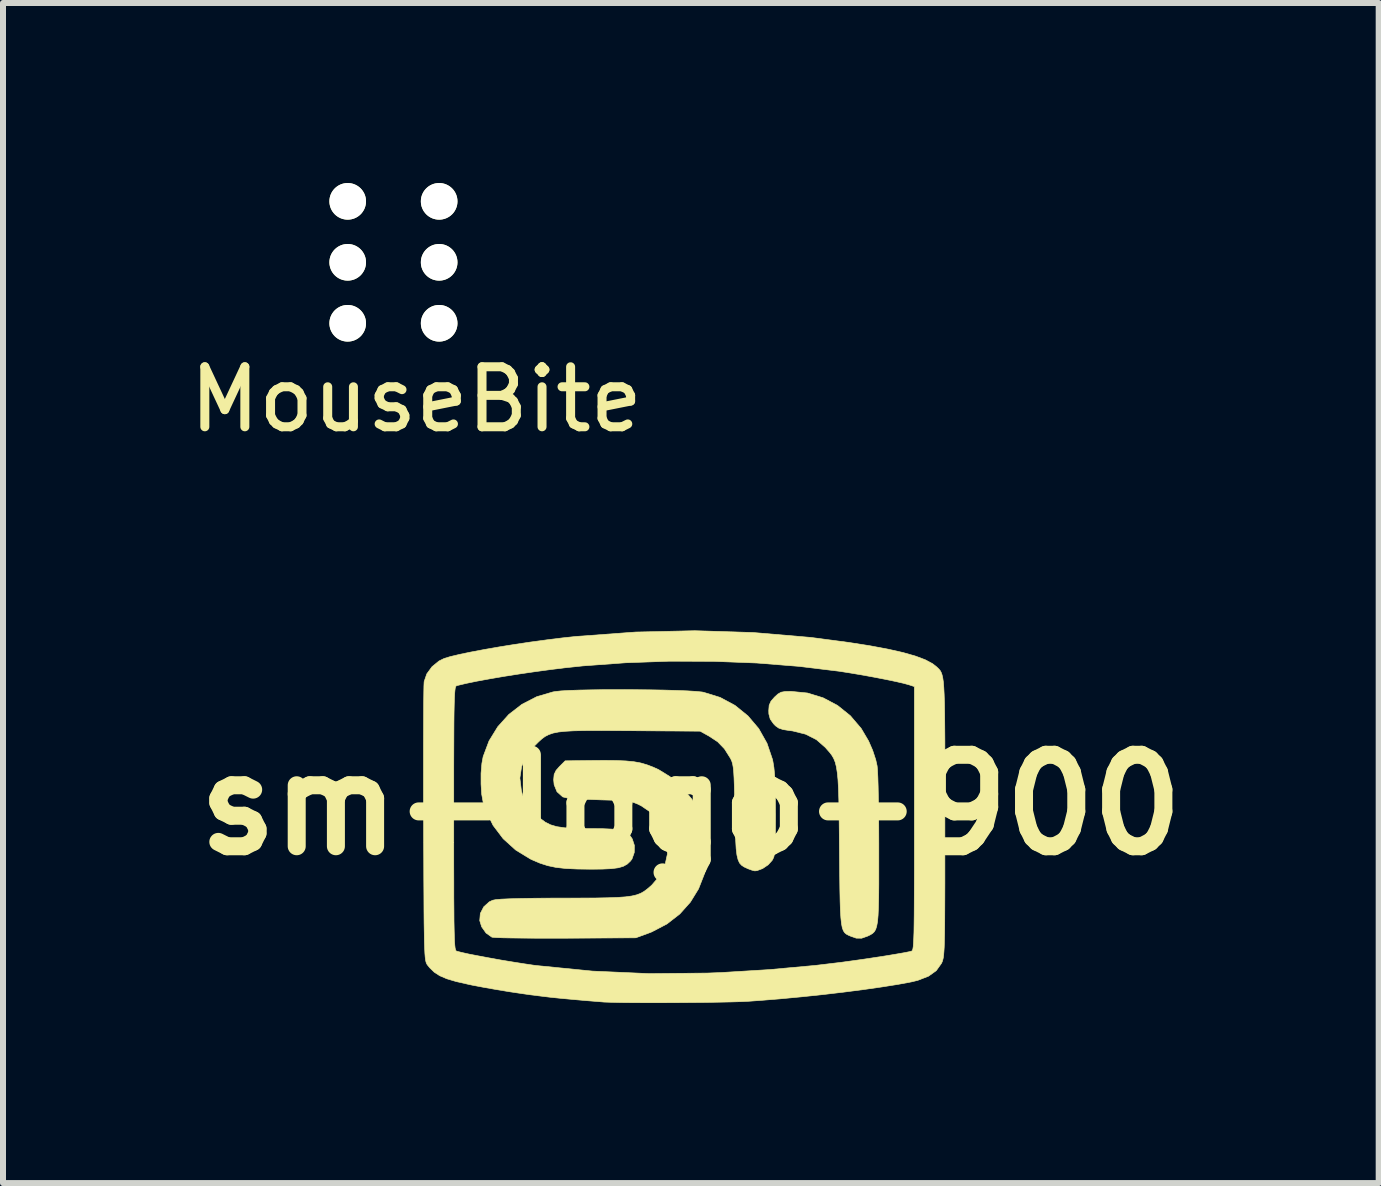
<source format=kicad_pcb>
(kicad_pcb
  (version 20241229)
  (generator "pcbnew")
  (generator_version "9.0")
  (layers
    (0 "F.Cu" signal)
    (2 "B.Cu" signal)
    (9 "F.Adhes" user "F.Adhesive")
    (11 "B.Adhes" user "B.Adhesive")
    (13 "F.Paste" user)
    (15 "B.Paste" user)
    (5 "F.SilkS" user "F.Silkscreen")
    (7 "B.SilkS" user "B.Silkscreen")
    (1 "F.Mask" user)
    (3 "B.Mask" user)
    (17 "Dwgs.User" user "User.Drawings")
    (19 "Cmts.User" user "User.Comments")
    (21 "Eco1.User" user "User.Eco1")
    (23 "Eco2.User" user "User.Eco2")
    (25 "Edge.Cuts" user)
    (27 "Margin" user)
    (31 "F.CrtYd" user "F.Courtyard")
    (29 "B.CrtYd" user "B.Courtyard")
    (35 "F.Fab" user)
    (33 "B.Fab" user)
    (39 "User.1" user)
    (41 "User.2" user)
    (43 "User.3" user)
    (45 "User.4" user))
  (footprint "sm-logo-900"
    (layer "F.Cu")
    (at 8.462 10.362)
    (property "Reference" "sm-logo-900" (at 0 0 0) (layer "F.SilkS") (effects (font (size 1.524 1.524) (thickness 0.3))))
    (attr through_hole)
    (fp_poly (pts (xy 1.944 -1.864) (xy 2.204 -1.784) (xy 2.444 -1.657) (xy 2.657 -1.486) (xy 2.838 -1.274) (xy 2.962 -1.064) (xy 3.03 -0.907) (xy 3.081 -0.752) (xy 3.104 -0.649) (xy 3.11 -0.581) (xy 3.116 -0.463) (xy 3.121 -0.302) (xy 3.125 -0.105) (xy 3.129 0.122) (xy 3.131 0.371) (xy 3.132 0.637) (xy 3.132 0.758) (xy 3.132 1.067) (xy 3.132 1.325) (xy 3.13 1.537) (xy 3.126 1.707) (xy 3.12 1.841) (xy 3.111 1.944) (xy 3.097 2.02) (xy 3.08 2.075) (xy 3.057 2.114) (xy 3.028 2.142) (xy 2.993 2.164) (xy 2.95 2.185) (xy 2.946 2.187) (xy 2.846 2.222) (xy 2.756 2.221) (xy 2.662 2.188) (xy 2.623 2.171) (xy 2.59 2.153) (xy 2.563 2.13) (xy 2.541 2.096) (xy 2.523 2.046) (xy 2.51 1.977) (xy 2.5 1.882) (xy 2.492 1.757) (xy 2.487 1.598) (xy 2.483 1.398) (xy 2.48 1.154) (xy 2.477 0.859) (xy 2.476 0.734) (xy 2.473 0.412) (xy 2.47 0.141) (xy 2.466 -0.085) (xy 2.46 -0.269) (xy 2.452 -0.419) (xy 2.44 -0.538) (xy 2.425 -0.634) (xy 2.406 -0.71) (xy 2.381 -0.772) (xy 2.35 -0.826) (xy 2.312 -0.876) (xy 2.266 -0.928) (xy 2.242 -0.956) (xy 2.092 -1.087) (xy 1.912 -1.178) (xy 1.695 -1.232) (xy 1.645 -1.238) (xy 1.537 -1.255) (xy 1.465 -1.279) (xy 1.411 -1.317) (xy 1.378 -1.351) (xy 1.323 -1.429) (xy 1.3 -1.514) (xy 1.298 -1.57) (xy 1.305 -1.66) (xy 1.335 -1.727) (xy 1.394 -1.795) (xy 1.452 -1.848) (xy 1.504 -1.877) (xy 1.571 -1.889) (xy 1.67 -1.891) (xy 1.944 -1.864)) (stroke (width 0.01) (type solid)) (fill yes) (layer "F.SilkS"))
    (fp_poly (pts (xy -1.243 -0.739) (xy -1.082 -0.732) (xy -0.949 -0.719) (xy -0.835 -0.698) (xy -0.732 -0.668) (xy -0.629 -0.629) (xy -0.537 -0.587) (xy -0.35 -0.472) (xy -0.166 -0.313) (xy 0.019 -0.092) (xy 0.153 0.146) (xy 0.24 0.397) (xy 0.279 0.654) (xy 0.273 0.91) (xy 0.222 1.161) (xy 0.128 1.4) (xy -0.008 1.621) (xy -0.184 1.818) (xy -0.399 1.985) (xy -0.652 2.117) (xy -0.714 2.141) (xy -0.917 2.215) (xy -2.088 2.222) (xy -2.342 2.222) (xy -2.579 2.222) (xy -2.794 2.22) (xy -2.981 2.218) (xy -3.132 2.215) (xy -3.242 2.211) (xy -3.305 2.206) (xy -3.316 2.204) (xy -3.413 2.135) (xy -3.486 2.032) (xy -3.518 1.929) (xy -3.508 1.809) (xy -3.451 1.699) (xy -3.359 1.616) (xy -3.301 1.589) (xy -3.25 1.579) (xy -3.157 1.571) (xy -3.02 1.565) (xy -2.837 1.56) (xy -2.604 1.556) (xy -2.318 1.554) (xy -2.129 1.554) (xy -1.832 1.553) (xy -1.585 1.552) (xy -1.383 1.548) (xy -1.22 1.542) (xy -1.09 1.533) (xy -0.987 1.519) (xy -0.905 1.5) (xy -0.838 1.475) (xy -0.781 1.443) (xy -0.727 1.403) (xy -0.67 1.354) (xy -0.653 1.339) (xy -0.519 1.184) (xy -0.432 1.008) (xy -0.391 0.821) (xy -0.395 0.63) (xy -0.441 0.446) (xy -0.53 0.276) (xy -0.66 0.129) (xy -0.83 0.014) (xy -0.84 0.009) (xy -0.899 -0.019) (xy -0.953 -0.04) (xy -1.011 -0.055) (xy -1.084 -0.065) (xy -1.182 -0.073) (xy -1.314 -0.078) (xy -1.49 -0.083) (xy -1.538 -0.085) (xy -1.768 -0.093) (xy -1.945 -0.103) (xy -2.066 -0.116) (xy -2.132 -0.132) (xy -2.136 -0.134) (xy -2.23 -0.218) (xy -2.278 -0.335) (xy -2.286 -0.418) (xy -2.278 -0.507) (xy -2.246 -0.574) (xy -2.19 -0.638) (xy -2.094 -0.734) (xy -1.689 -0.739) (xy -1.443 -0.741) (xy -1.243 -0.739)) (stroke (width 0.01) (type solid)) (fill yes) (layer "F.SilkS"))
    (fp_poly (pts (xy -0.93 -1.919) (xy -0.687 -1.917) (xy -0.457 -1.913) (xy -0.246 -1.907) (xy -0.063 -1.9) (xy 0.083 -1.891) (xy 0.185 -1.881) (xy 0.212 -1.876) (xy 0.487 -1.791) (xy 0.735 -1.658) (xy 0.951 -1.483) (xy 1.131 -1.271) (xy 1.269 -1.026) (xy 1.361 -0.755) (xy 1.368 -0.72) (xy 1.384 -0.623) (xy 1.396 -0.496) (xy 1.404 -0.332) (xy 1.409 -0.126) (xy 1.41 0.13) (xy 1.411 0.155) (xy 1.41 0.37) (xy 1.409 0.536) (xy 1.407 0.66) (xy 1.402 0.751) (xy 1.394 0.816) (xy 1.384 0.863) (xy 1.369 0.899) (xy 1.354 0.926) (xy 1.288 0.999) (xy 1.196 1.061) (xy 1.103 1.096) (xy 1.066 1.1) (xy 1.017 1.088) (xy 0.946 1.062) (xy 0.941 1.059) (xy 0.887 1.034) (xy 0.845 1.006) (xy 0.811 0.968) (xy 0.787 0.914) (xy 0.768 0.837) (xy 0.755 0.732) (xy 0.747 0.591) (xy 0.74 0.409) (xy 0.735 0.179) (xy 0.734 0.1) (xy 0.729 -0.129) (xy 0.725 -0.309) (xy 0.72 -0.447) (xy 0.714 -0.55) (xy 0.706 -0.626) (xy 0.696 -0.682) (xy 0.683 -0.726) (xy 0.666 -0.764) (xy 0.658 -0.779) (xy 0.56 -0.934) (xy 0.447 -1.051) (xy 0.306 -1.144) (xy 0.155 -1.228) (xy -0.998 -1.236) (xy -1.308 -1.238) (xy -1.567 -1.239) (xy -1.781 -1.238) (xy -1.955 -1.234) (xy -2.095 -1.226) (xy -2.207 -1.214) (xy -2.296 -1.196) (xy -2.368 -1.171) (xy -2.429 -1.14) (xy -2.483 -1.1) (xy -2.537 -1.051) (xy -2.596 -0.992) (xy -2.601 -0.988) (xy -2.738 -0.819) (xy -2.82 -0.64) (xy -2.849 -0.447) (xy -2.824 -0.238) (xy -2.806 -0.17) (xy -2.766 -0.068) (xy -2.705 0.026) (xy -2.611 0.131) (xy -2.599 0.143) (xy -2.511 0.225) (xy -2.428 0.287) (xy -2.339 0.332) (xy -2.234 0.363) (xy -2.104 0.382) (xy -1.94 0.392) (xy -1.731 0.395) (xy -1.671 0.395) (xy -1.468 0.397) (xy -1.313 0.404) (xy -1.198 0.418) (xy -1.114 0.441) (xy -1.053 0.475) (xy -1.006 0.522) (xy -0.976 0.568) (xy -0.941 0.675) (xy -0.943 0.794) (xy -0.981 0.902) (xy -1.007 0.937) (xy -1.06 0.987) (xy -1.124 1.023) (xy -1.208 1.048) (xy -1.322 1.063) (xy -1.475 1.07) (xy -1.657 1.072) (xy -1.894 1.069) (xy -2.087 1.06) (xy -2.247 1.042) (xy -2.385 1.013) (xy -2.513 0.972) (xy -2.644 0.916) (xy -2.677 0.9) (xy -2.919 0.752) (xy -3.127 0.564) (xy -3.295 0.342) (xy -3.418 0.094) (xy -3.46 -0.039) (xy -3.485 -0.176) (xy -3.496 -0.346) (xy -3.496 -0.525) (xy -3.482 -0.691) (xy -3.461 -0.804) (xy -3.363 -1.065) (xy -3.218 -1.301) (xy -3.033 -1.507) (xy -2.814 -1.676) (xy -2.567 -1.803) (xy -2.298 -1.882) (xy -2.256 -1.889) (xy -2.164 -1.899) (xy -2.026 -1.907) (xy -1.85 -1.913) (xy -1.644 -1.917) (xy -1.416 -1.92) (xy -1.175 -1.92) (xy -0.93 -1.919)) (stroke (width 0.01) (type solid)) (fill yes) (layer "F.SilkS"))
    (fp_poly (pts (xy 1.038 -2.872) (xy 2.001 -2.79) (xy 2.623 -2.708) (xy 2.981 -2.652) (xy 3.285 -2.595) (xy 3.538 -2.538) (xy 3.744 -2.479) (xy 3.906 -2.418) (xy 4.026 -2.354) (xy 4.088 -2.306) (xy 4.114 -2.282) (xy 4.136 -2.26) (xy 4.156 -2.236) (xy 4.172 -2.206) (xy 4.186 -2.167) (xy 4.198 -2.114) (xy 4.208 -2.045) (xy 4.215 -1.954) (xy 4.221 -1.84) (xy 4.226 -1.697) (xy 4.229 -1.522) (xy 4.231 -1.311) (xy 4.233 -1.061) (xy 4.233 -0.768) (xy 4.233 -0.429) (xy 4.233 -0.038) (xy 4.233 0.215) (xy 4.233 0.63) (xy 4.233 0.992) (xy 4.233 1.305) (xy 4.232 1.573) (xy 4.231 1.799) (xy 4.23 1.989) (xy 4.228 2.144) (xy 4.225 2.27) (xy 4.222 2.37) (xy 4.217 2.447) (xy 4.212 2.506) (xy 4.206 2.55) (xy 4.198 2.583) (xy 4.19 2.61) (xy 4.18 2.633) (xy 4.174 2.644) (xy 4.089 2.763) (xy 3.96 2.855) (xy 3.782 2.924) (xy 3.679 2.949) (xy 3.454 2.991) (xy 3.183 3.034) (xy 2.876 3.078) (xy 2.543 3.121) (xy 2.194 3.162) (xy 1.84 3.199) (xy 1.491 3.232) (xy 1.157 3.259) (xy 0.96 3.273) (xy 0.835 3.279) (xy 0.667 3.284) (xy 0.465 3.288) (xy 0.239 3.292) (xy -0.005 3.294) (xy -0.257 3.296) (xy -0.508 3.297) (xy -0.749 3.297) (xy -0.973 3.296) (xy -1.169 3.294) (xy -1.331 3.29) (xy -1.448 3.286) (xy -1.482 3.283) (xy -1.754 3.261) (xy -1.981 3.241) (xy -2.175 3.223) (xy -2.349 3.205) (xy -2.513 3.185) (xy -2.68 3.164) (xy -2.82 3.144) (xy -3.021 3.114) (xy -3.239 3.078) (xy -3.454 3.04) (xy -3.644 3.004) (xy -3.709 2.99) (xy -3.911 2.944) (xy -4.066 2.898) (xy -4.185 2.847) (xy -4.276 2.788) (xy -4.351 2.715) (xy -4.386 2.672) (xy -4.397 2.657) (xy -4.406 2.639) (xy -4.414 2.616) (xy -4.421 2.583) (xy -4.427 2.536) (xy -4.432 2.472) (xy -4.436 2.387) (xy -4.44 2.277) (xy -4.442 2.139) (xy -4.445 1.968) (xy -4.447 1.761) (xy -4.448 1.514) (xy -4.45 1.224) (xy -4.451 0.886) (xy -4.453 0.497) (xy -4.453 0.33) (xy -4.454 0.226) (xy -3.951 0.226) (xy -3.951 0.63) (xy -3.951 0.982) (xy -3.95 1.285) (xy -3.95 1.543) (xy -3.948 1.759) (xy -3.947 1.937) (xy -3.944 2.08) (xy -3.941 2.193) (xy -3.938 2.28) (xy -3.933 2.343) (xy -3.928 2.386) (xy -3.921 2.414) (xy -3.914 2.43) (xy -3.905 2.437) (xy -3.902 2.438) (xy -3.82 2.459) (xy -3.694 2.487) (xy -3.533 2.518) (xy -3.351 2.552) (xy -3.157 2.587) (xy -2.962 2.619) (xy -2.779 2.648) (xy -2.617 2.672) (xy -2.568 2.678) (xy -1.64 2.77) (xy -0.694 2.812) (xy 0.274 2.803) (xy 0.508 2.794) (xy 1.308 2.745) (xy 2.077 2.675) (xy 2.512 2.623) (xy 2.694 2.598) (xy 2.886 2.571) (xy 3.078 2.542) (xy 3.26 2.514) (xy 3.421 2.487) (xy 3.553 2.464) (xy 3.644 2.446) (xy 3.676 2.438) (xy 3.685 2.433) (xy 3.693 2.421) (xy 3.7 2.398) (xy 3.706 2.36) (xy 3.71 2.304) (xy 3.714 2.227) (xy 3.718 2.124) (xy 3.72 1.991) (xy 3.722 1.826) (xy 3.723 1.624) (xy 3.724 1.381) (xy 3.725 1.095) (xy 3.725 0.761) (xy 3.725 0.375) (xy 3.725 0.226) (xy 3.725 -1.971) (xy 3.634 -2.001) (xy 3.543 -2.026) (xy 3.408 -2.057) (xy 3.239 -2.092) (xy 3.048 -2.129) (xy 2.845 -2.166) (xy 2.642 -2.2) (xy 2.469 -2.227) (xy 1.803 -2.308) (xy 1.1 -2.364) (xy 0.375 -2.392) (xy -0.359 -2.394) (xy -1.087 -2.368) (xy -1.797 -2.316) (xy -2.1 -2.284) (xy -2.343 -2.254) (xy -2.6 -2.219) (xy -2.86 -2.181) (xy -3.115 -2.141) (xy -3.353 -2.1) (xy -3.566 -2.061) (xy -3.745 -2.024) (xy -3.879 -1.992) (xy -3.902 -1.986) (xy -3.911 -1.981) (xy -3.919 -1.969) (xy -3.926 -1.946) (xy -3.931 -1.908) (xy -3.936 -1.853) (xy -3.94 -1.775) (xy -3.943 -1.672) (xy -3.946 -1.54) (xy -3.948 -1.375) (xy -3.949 -1.173) (xy -3.95 -0.93) (xy -3.951 -0.644) (xy -3.951 -0.31) (xy -3.951 0.075) (xy -3.951 0.226) (xy -4.454 0.226) (xy -4.455 -0.026) (xy -4.455 -0.367) (xy -4.455 -0.69) (xy -4.455 -0.989) (xy -4.454 -1.261) (xy -4.453 -1.501) (xy -4.452 -1.703) (xy -4.45 -1.865) (xy -4.448 -1.98) (xy -4.445 -2.045) (xy -4.444 -2.055) (xy -4.4 -2.183) (xy -4.313 -2.302) (xy -4.197 -2.397) (xy -4.112 -2.439) (xy -4.008 -2.471) (xy -3.856 -2.507) (xy -3.664 -2.547) (xy -3.441 -2.589) (xy -3.195 -2.632) (xy -2.934 -2.674) (xy -2.666 -2.714) (xy -2.4 -2.75) (xy -2.143 -2.782) (xy -1.919 -2.806) (xy -0.917 -2.88) (xy 0.067 -2.902) (xy 1.038 -2.872)) (stroke (width 0.01) (type solid)) (fill yes) (layer "F.SilkS")))
  (footprint "MouseBite"
    (layer "F.Cu")
    (at 2.744 0.305)
    (property "Reference" "MouseBite" (at 1.143 3.302 0) (layer "F.SilkS") (effects (font (size 1 1) (thickness 0.15))))
    (attr through_hole)
    (pad "" np_thru_hole circle (at 0 0) (size 0.61 0.61) (drill 0.61) (layers "*.Cu" "*.Mask" "F.SilkS"))
    (pad "" np_thru_hole circle (at 0 1.016) (size 0.61 0.61) (drill 0.61) (layers "*.Cu" "*.Mask" "F.SilkS"))
    (pad "" np_thru_hole circle (at 0 2.032) (size 0.61 0.61) (drill 0.61) (layers "*.Cu" "*.Mask" "F.SilkS"))
    (pad "" np_thru_hole circle (at 1.524 0) (size 0.61 0.61) (drill 0.61) (layers "*.Cu" "*.Mask" "F.SilkS"))
    (pad "" np_thru_hole circle (at 1.524 1.016) (size 0.61 0.61) (drill 0.61) (layers "*.Cu" "*.Mask" "F.SilkS"))
    (pad "" np_thru_hole circle (at 1.524 2.032) (size 0.61 0.61) (drill 0.61) (layers "*.Cu" "*.Mask" "F.SilkS")))
  (gr_rect
    (start -3 -3)
    (end 19.924 16.664)
    (stroke (width 0.1) (type default))
    (fill no)
    (layer "Edge.Cuts")))
</source>
